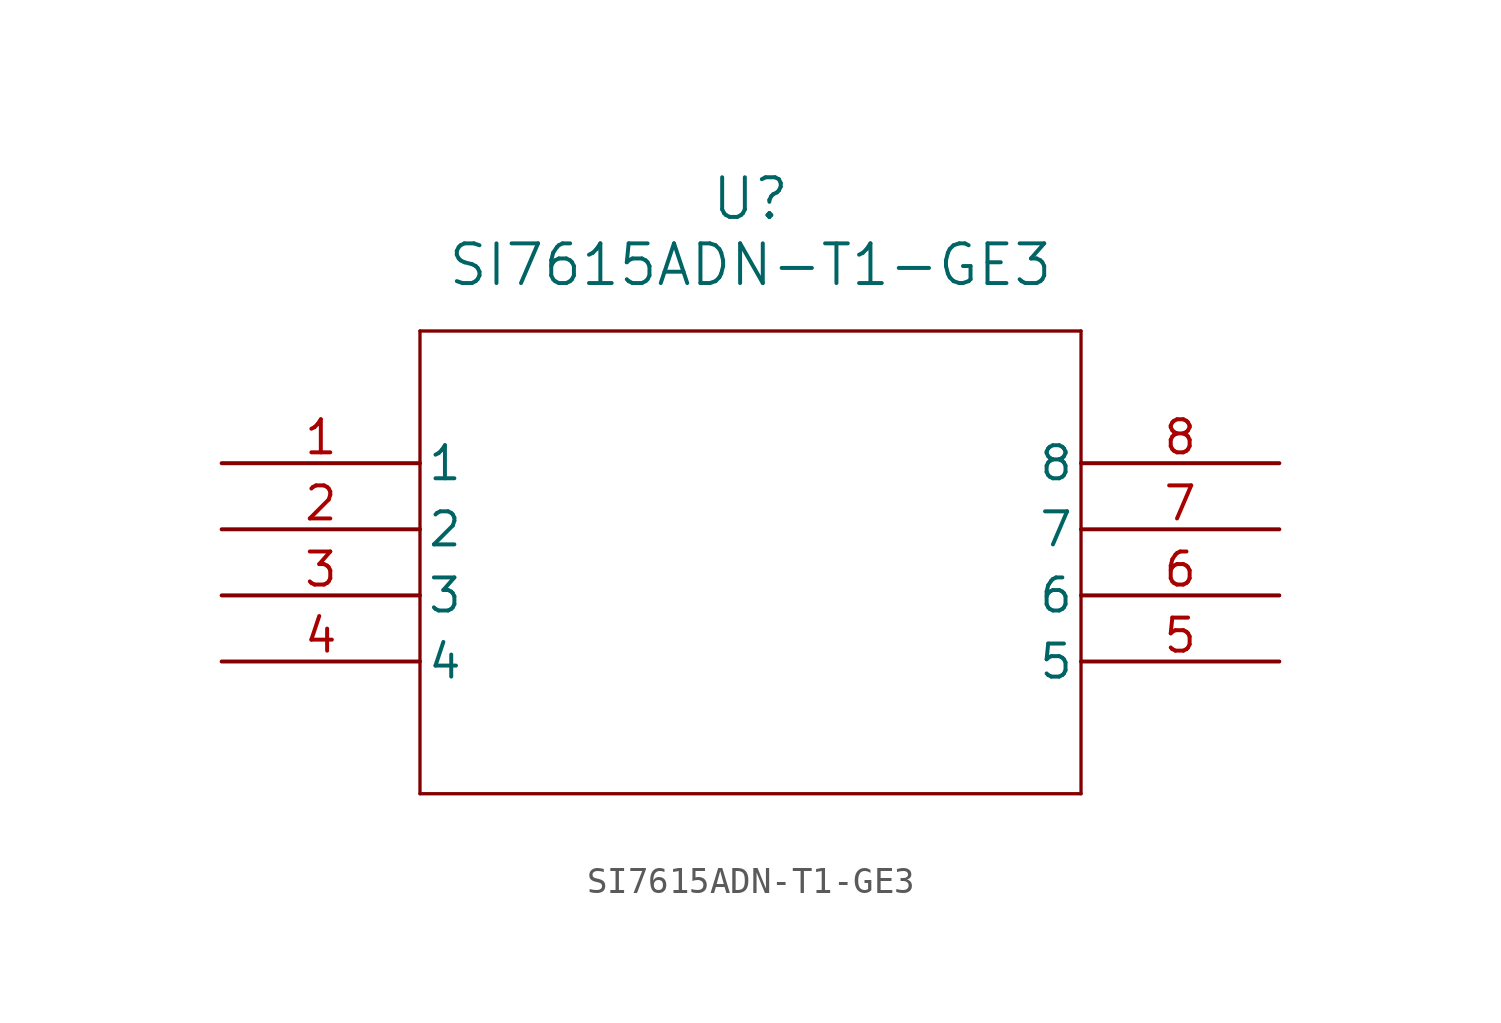
<source format=kicad_sym>
(kicad_symbol_lib
  (version 20211014)
  (generator kicad_symbol_editor)
  (symbol "SI7615ADN-T1-GE3"
    (pin_names
      (offset 0.254))
    (property "Reference" "U"
      (at 20.32 10.16 0)
      (effects (font (size 1.524 1.524))))
    (property "Value" "SI7615ADN-T1-GE3"
      (at 20.32 7.62 0)
      (effects (font (size 1.524 1.524))))
    (symbol "SI7615ADN-T1-GE3_0_1"
      (polyline (pts (xy 7.62 5.08) (xy 7.62 -12.7)) (stroke (width 0.127) (type default) (color 0 0 0 0)) (fill (type none)))
      (polyline (pts (xy 7.62 -12.7) (xy 33.02 -12.7)) (stroke (width 0.127) (type default) (color 0 0 0 0)) (fill (type none)))
      (polyline (pts (xy 33.02 -12.7) (xy 33.02 5.08)) (stroke (width 0.127) (type default) (color 0 0 0 0)) (fill (type none)))
      (polyline (pts (xy 33.02 5.08) (xy 7.62 5.08)) (stroke (width 0.127) (type default) (color 0 0 0 0)) (fill (type none)))
      (pin unspecified line (at 0 0 0) (length 7.62) (name "1" (effects (font (size 1.27 1.27)))) (number "1" (effects (font (size 1.27 1.27)))))
      (pin unspecified line (at 0 -2.54 0) (length 7.62) (name "2" (effects (font (size 1.27 1.27)))) (number "2" (effects (font (size 1.27 1.27)))))
      (pin unspecified line (at 0 -5.08 0) (length 7.62) (name "3" (effects (font (size 1.27 1.27)))) (number "3" (effects (font (size 1.27 1.27)))))
      (pin unspecified line (at 0 -7.62 0) (length 7.62) (name "4" (effects (font (size 1.27 1.27)))) (number "4" (effects (font (size 1.27 1.27)))))
      (pin unspecified line (at 40.64 -7.62 180) (length 7.62) (name "5" (effects (font (size 1.27 1.27)))) (number "5" (effects (font (size 1.27 1.27)))))
      (pin unspecified line (at 40.64 -5.08 180) (length 7.62) (name "6" (effects (font (size 1.27 1.27)))) (number "6" (effects (font (size 1.27 1.27)))))
      (pin unspecified line (at 40.64 -2.54 180) (length 7.62) (name "7" (effects (font (size 1.27 1.27)))) (number "7" (effects (font (size 1.27 1.27)))))
      (pin unspecified line (at 40.64 0 180) (length 7.62) (name "8" (effects (font (size 1.27 1.27)))) (number "8" (effects (font (size 1.27 1.27))))))))
</source>
